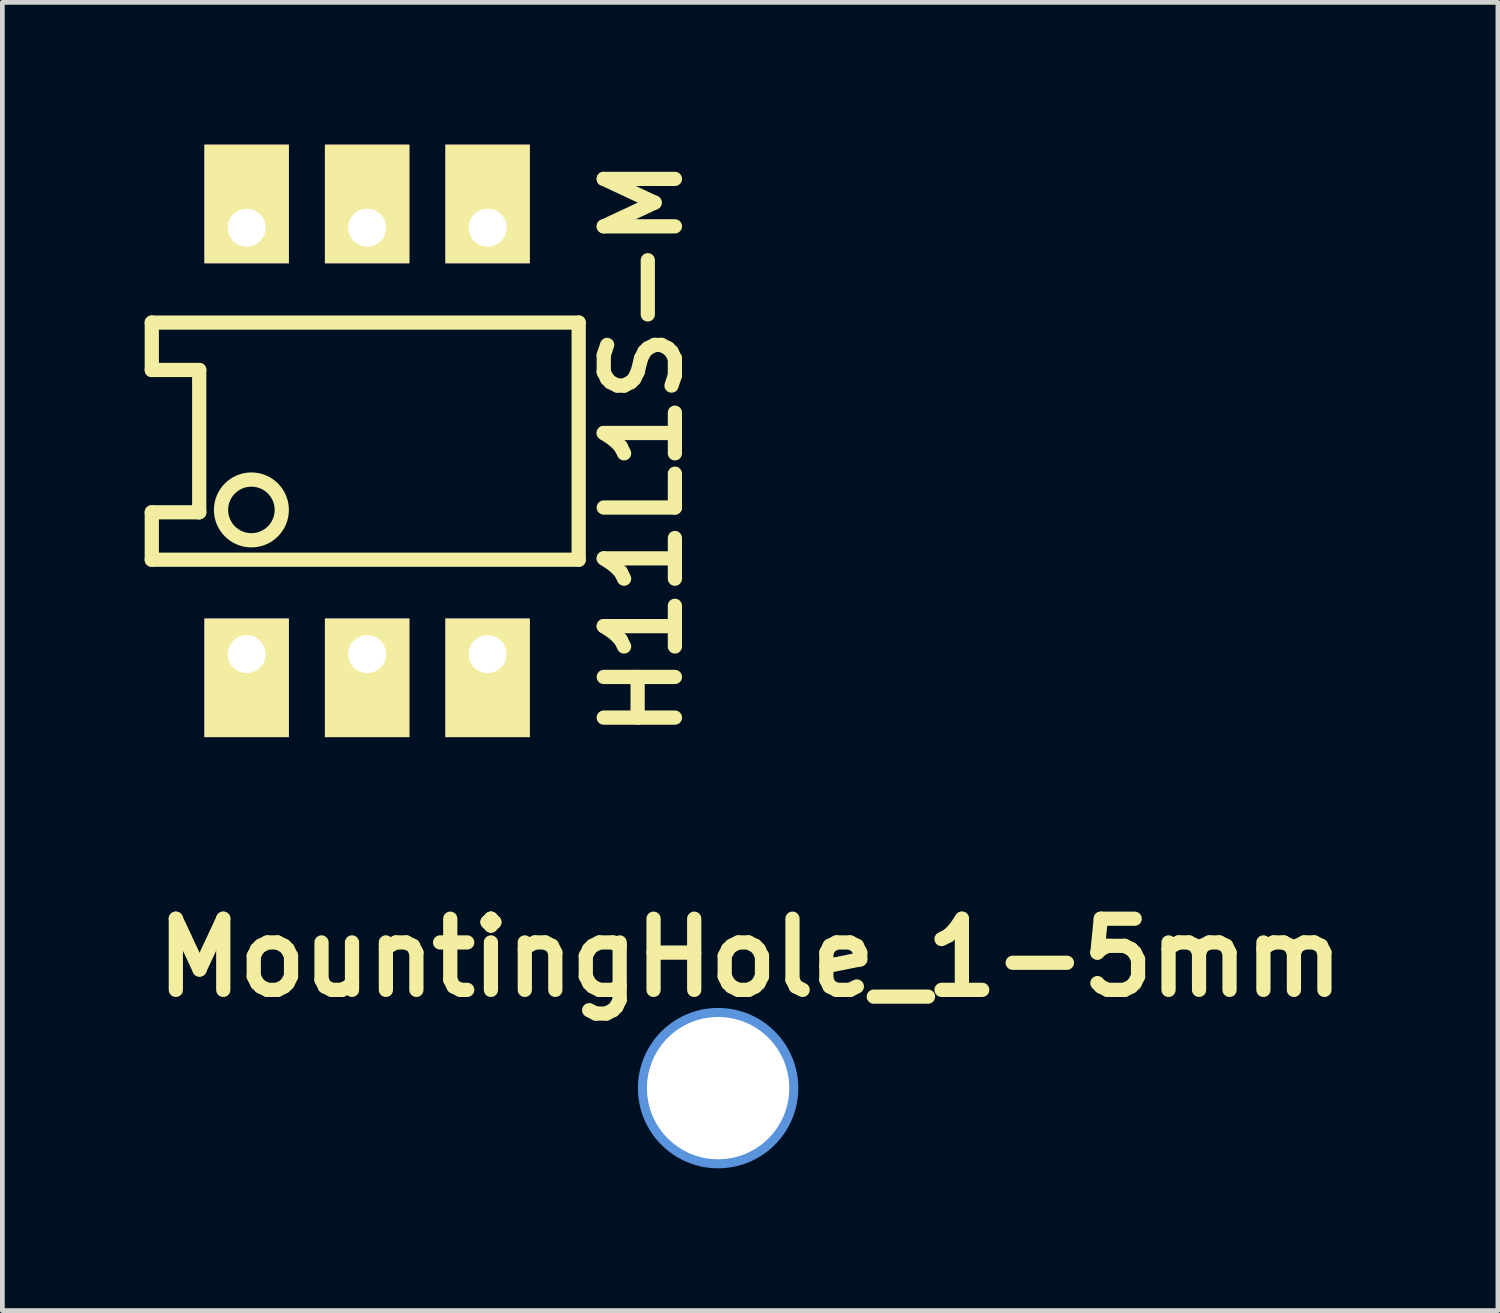
<source format=kicad_pcb>
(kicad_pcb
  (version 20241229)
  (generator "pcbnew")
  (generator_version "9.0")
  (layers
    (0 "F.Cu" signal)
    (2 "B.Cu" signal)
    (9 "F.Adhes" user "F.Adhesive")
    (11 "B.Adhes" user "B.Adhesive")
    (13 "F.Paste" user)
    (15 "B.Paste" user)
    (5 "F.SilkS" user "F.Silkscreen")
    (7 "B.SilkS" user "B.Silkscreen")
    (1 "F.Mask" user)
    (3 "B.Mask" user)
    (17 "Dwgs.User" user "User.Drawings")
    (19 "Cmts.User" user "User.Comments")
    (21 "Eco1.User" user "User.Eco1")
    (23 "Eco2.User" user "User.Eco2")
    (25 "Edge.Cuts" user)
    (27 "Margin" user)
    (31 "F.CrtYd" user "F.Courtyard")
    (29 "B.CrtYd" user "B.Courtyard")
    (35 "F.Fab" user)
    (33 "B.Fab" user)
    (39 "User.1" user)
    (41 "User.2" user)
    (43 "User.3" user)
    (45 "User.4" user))
  (footprint "MountingHole_1-5mm"
    (layer "F.Cu")
    (at 12.089 19.89)
    (property "Reference" "MountingHole_1-5mm" (at 0.675 -2.75 0) (layer "F.SilkS") (effects (font (size 1.5 1.5) (thickness 0.3))))
    (attr through_hole)
    (fp_circle (center 0 0) (end 1.5 0) (stroke (width 0.381) (type solid)) (fill no) (layer "Cmts.User"))
    (pad "1" thru_hole circle (at 0 0) (size 3 3) (drill 3) (layers "*.Cu")))
  (footprint "H11L1S-M"
    (layer "F.Cu")
    (at 2.15 1.75)
    (property "Reference" "H11L1S-M" (at 8.35 4.65 90) (layer "F.SilkS") (effects (font (size 1.5 1.5) (thickness 0.3))))
    (attr through_hole)
    (fp_line (start -2 2) (end -2 3) (stroke (width 0.3) (type solid)) (layer "F.SilkS"))
    (fp_line (start -2 2) (end 7 2) (stroke (width 0.3) (type solid)) (layer "F.SilkS"))
    (fp_line (start -2 3) (end -1 3) (stroke (width 0.3) (type solid)) (layer "F.SilkS"))
    (fp_line (start -2 7) (end -2 6) (stroke (width 0.3) (type solid)) (layer "F.SilkS"))
    (fp_line (start -1 3) (end -1 6) (stroke (width 0.3) (type solid)) (layer "F.SilkS"))
    (fp_line (start -1 6) (end -2 6) (stroke (width 0.3) (type solid)) (layer "F.SilkS"))
    (fp_line (start 7 2) (end 7 7) (stroke (width 0.3) (type solid)) (layer "F.SilkS"))
    (fp_line (start 7 7) (end -2 7) (stroke (width 0.3) (type solid)) (layer "F.SilkS"))
    (fp_circle (center 0.1 5.95) (end 0.6 6.35) (stroke (width 0.3) (type solid)) (fill no) (layer "F.SilkS"))
    (pad "1" thru_hole rect (at 0 8.99) (size 1.78 2.5) (drill 0.8 (offset 0 0.5)) (layers "*.Cu" "*.Mask" "F.SilkS"))
    (pad "2" thru_hole rect (at 2.54 8.99) (size 1.78 2.5) (drill 0.8 (offset 0 0.5)) (layers "*.Cu" "*.Mask" "F.SilkS"))
    (pad "3" thru_hole rect (at 5.08 8.99) (size 1.78 2.5) (drill 0.8 (offset 0 0.5)) (layers "*.Cu" "*.Mask" "F.SilkS"))
    (pad "4" thru_hole rect (at 5.08 0) (size 1.78 2.5) (drill 0.8 (offset 0 -0.5)) (layers "*.Cu" "*.Mask" "F.SilkS"))
    (pad "5" thru_hole rect (at 2.54 0) (size 1.78 2.5) (drill 0.8 (offset 0 -0.5)) (layers "*.Cu" "*.Mask" "F.SilkS"))
    (pad "6" thru_hole rect (at 0 0) (size 1.78 2.5) (drill 0.8 (offset 0 -0.5)) (layers "*.Cu" "*.Mask" "F.SilkS")))
  (gr_rect
    (start -3 -3)
    (end 28.529 24.58)
    (stroke (width 0.1) (type default))
    (fill no)
    (layer "Edge.Cuts")))
</source>
